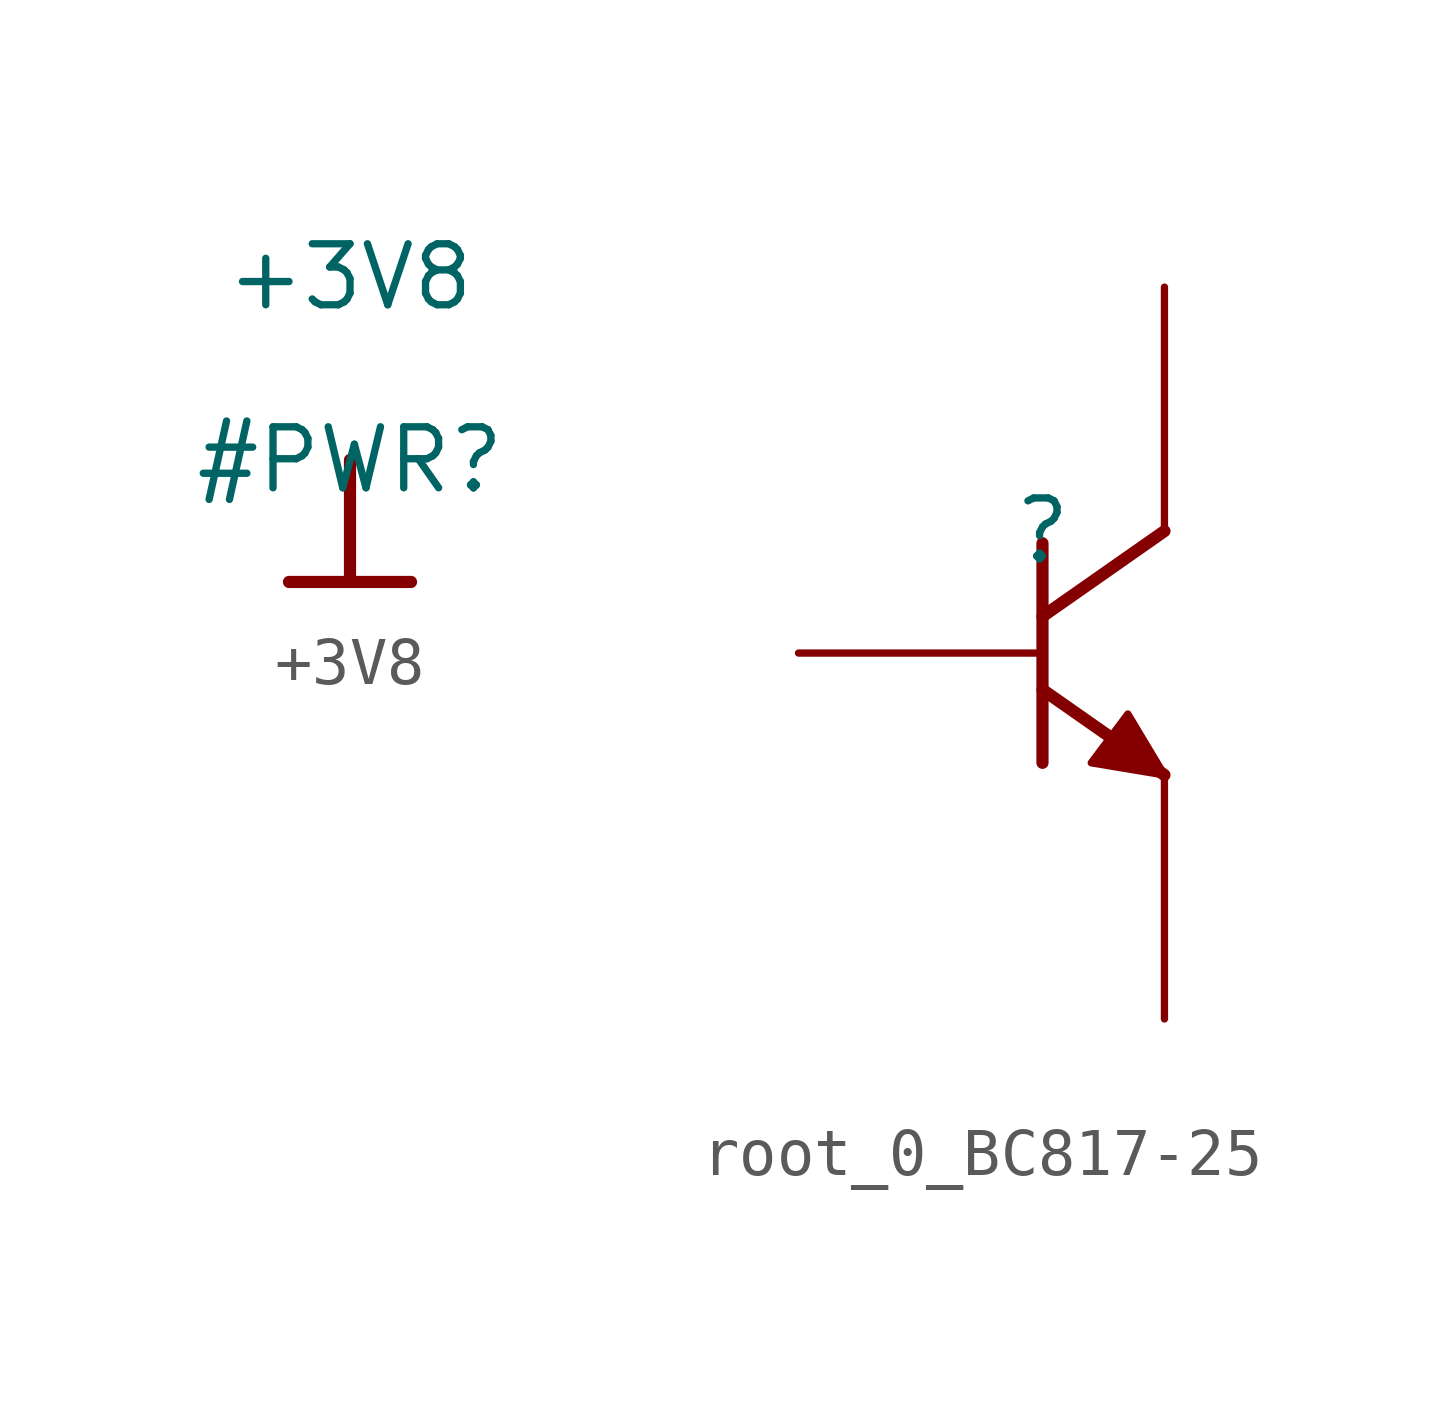
<source format=kicad_sym>
(kicad_symbol_lib
  (version 20220914)
  (generator kicad_symbol_editor)
  (symbol "+3V8"
    (power)
    (property "Reference" "#PWR"
      (at 0 0 0)
      (effects (font (size 1.27 1.27))))
    (property "Value" "+3V8"
      (at 0 3.81 0)
      (effects (font (size 1.27 1.27))))
    (symbol "+3V8_0_0"
      (polyline (pts (xy -1.27 -2.54) (xy 1.27 -2.54)) (stroke (width 0.254) (type solid)) (fill (type none)))
      (polyline (pts (xy 0 0) (xy 0 -2.54)) (stroke (width 0.254) (type solid)) (fill (type none)))
      (pin power_in line (at 0 0 0) (length 0) hide (name "+3V8" (effects (font (size 1.27 1.27)))) (number "" (effects (font (size 1.27 1.27)))))))
  (symbol "root_0_BC817-25"
    (property "Reference" ""
      (at 0 0 0)
      (effects (font (size 1.27 1.27))))
    (property "Value" ""
      (at 0 0 0)
      (effects (font (size 1.27 1.27))))
    (symbol "root_0_BC817-25_1_0"
      (polyline (pts (xy 0 -3.302) (xy 2.54 -5.08)) (stroke (width 0.254) (type solid)) (fill (type none)))
      (polyline (pts (xy 0 -0.254) (xy 0 -4.826)) (stroke (width 0.254) (type solid)) (fill (type none)))
      (polyline (pts (xy 2.54 0) (xy 0 -1.778)) (stroke (width 0.254) (type solid)) (fill (type none)))
      (polyline (pts (xy 2.54 -5.08) (xy 1.778 -3.81) (xy 1.016 -4.826) (xy 2.54 -5.08)) (stroke (width 0) (type solid)) (fill (type outline)))
      (pin passive line (at -5.08 -2.54 0) (length 5.08) (name "B" (effects (font (size 0 0)))) (number "1" (effects (font (size 0 0)))))
      (pin passive line (at 2.54 -10.16 90) (length 5.08) (name "E" (effects (font (size 0 0)))) (number "2" (effects (font (size 0 0)))))
      (pin passive line (at 2.54 5.08 270) (length 5.08) (name "C" (effects (font (size 0 0)))) (number "3" (effects (font (size 0 0))))))))
</source>
